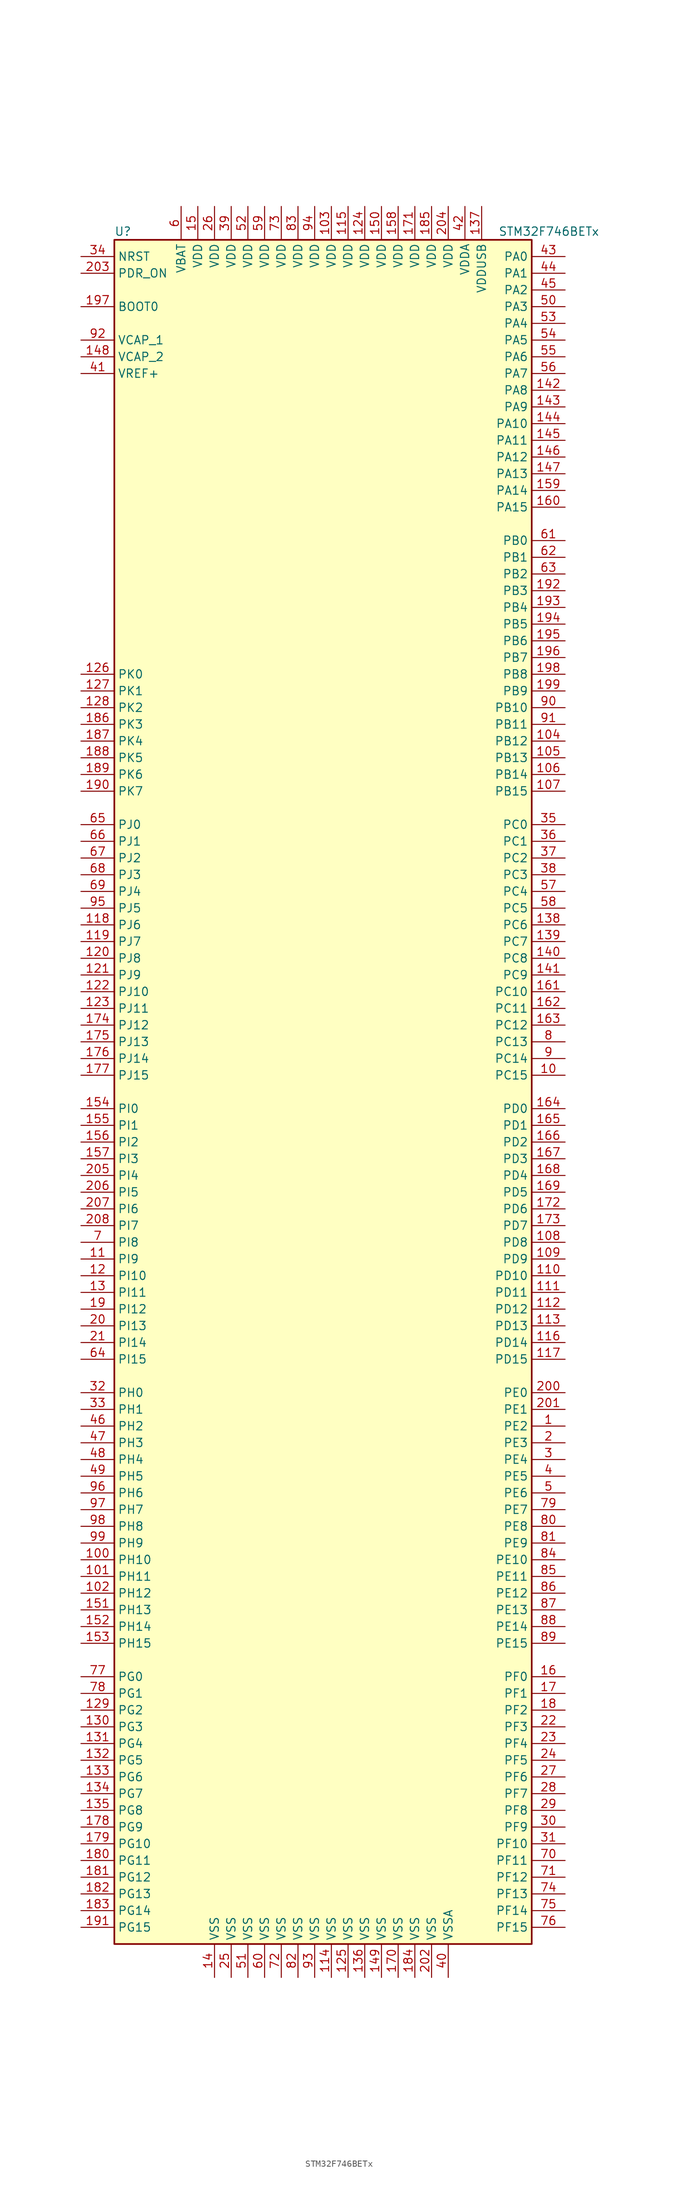
<source format=kicad_sym>
(kicad_symbol_lib
  (version 20211014)
  (generator kicad_symbol_editor)
  (symbol "STM32F746BETx"
    (property "Reference" "U"
      (at -33.02 130.81 0)
      (effects (font (size 1.27 1.27)) (justify left)))
    (property "Value" "STM32F746BETx"
      (at 25.4 130.81 0)
      (effects (font (size 1.27 1.27)) (justify left)))
    (symbol "STM32F746BETx_0_1"
      (rectangle (start -33.02 -129.54) (end 30.48 129.54) (stroke (width 0.254) (type default) (color 0 0 0 0)) (fill (type background))))
    (symbol "STM32F746BETx_1_1"
      (pin bidirectional line (at 35.56 -50.8 180) (length 5.08) (name "PE2" (effects (font (size 1.27 1.27)))) (number "1" (effects (font (size 1.27 1.27)))))
      (pin bidirectional line (at 35.56 2.54 180) (length 5.08) (name "PC15" (effects (font (size 1.27 1.27)))) (number "10" (effects (font (size 1.27 1.27)))))
      (pin bidirectional line (at -38.1 -71.12 0) (length 5.08) (name "PH10" (effects (font (size 1.27 1.27)))) (number "100" (effects (font (size 1.27 1.27)))))
      (pin bidirectional line (at -38.1 -73.66 0) (length 5.08) (name "PH11" (effects (font (size 1.27 1.27)))) (number "101" (effects (font (size 1.27 1.27)))))
      (pin bidirectional line (at -38.1 -76.2 0) (length 5.08) (name "PH12" (effects (font (size 1.27 1.27)))) (number "102" (effects (font (size 1.27 1.27)))))
      (pin power_in line (at 0 134.62 270) (length 5.08) (name "VDD" (effects (font (size 1.27 1.27)))) (number "103" (effects (font (size 1.27 1.27)))))
      (pin bidirectional line (at 35.56 53.34 180) (length 5.08) (name "PB12" (effects (font (size 1.27 1.27)))) (number "104" (effects (font (size 1.27 1.27)))))
      (pin bidirectional line (at 35.56 50.8 180) (length 5.08) (name "PB13" (effects (font (size 1.27 1.27)))) (number "105" (effects (font (size 1.27 1.27)))))
      (pin bidirectional line (at 35.56 48.26 180) (length 5.08) (name "PB14" (effects (font (size 1.27 1.27)))) (number "106" (effects (font (size 1.27 1.27)))))
      (pin bidirectional line (at 35.56 45.72 180) (length 5.08) (name "PB15" (effects (font (size 1.27 1.27)))) (number "107" (effects (font (size 1.27 1.27)))))
      (pin bidirectional line (at 35.56 -22.86 180) (length 5.08) (name "PD8" (effects (font (size 1.27 1.27)))) (number "108" (effects (font (size 1.27 1.27)))))
      (pin bidirectional line (at 35.56 -25.4 180) (length 5.08) (name "PD9" (effects (font (size 1.27 1.27)))) (number "109" (effects (font (size 1.27 1.27)))))
      (pin bidirectional line (at -38.1 -25.4 0) (length 5.08) (name "PI9" (effects (font (size 1.27 1.27)))) (number "11" (effects (font (size 1.27 1.27)))))
      (pin bidirectional line (at 35.56 -27.94 180) (length 5.08) (name "PD10" (effects (font (size 1.27 1.27)))) (number "110" (effects (font (size 1.27 1.27)))))
      (pin bidirectional line (at 35.56 -30.48 180) (length 5.08) (name "PD11" (effects (font (size 1.27 1.27)))) (number "111" (effects (font (size 1.27 1.27)))))
      (pin bidirectional line (at 35.56 -33.02 180) (length 5.08) (name "PD12" (effects (font (size 1.27 1.27)))) (number "112" (effects (font (size 1.27 1.27)))))
      (pin bidirectional line (at 35.56 -35.56 180) (length 5.08) (name "PD13" (effects (font (size 1.27 1.27)))) (number "113" (effects (font (size 1.27 1.27)))))
      (pin power_in line (at 0 -134.62 90) (length 5.08) (name "VSS" (effects (font (size 1.27 1.27)))) (number "114" (effects (font (size 1.27 1.27)))))
      (pin power_in line (at 2.54 134.62 270) (length 5.08) (name "VDD" (effects (font (size 1.27 1.27)))) (number "115" (effects (font (size 1.27 1.27)))))
      (pin bidirectional line (at 35.56 -38.1 180) (length 5.08) (name "PD14" (effects (font (size 1.27 1.27)))) (number "116" (effects (font (size 1.27 1.27)))))
      (pin bidirectional line (at 35.56 -40.64 180) (length 5.08) (name "PD15" (effects (font (size 1.27 1.27)))) (number "117" (effects (font (size 1.27 1.27)))))
      (pin bidirectional line (at -38.1 25.4 0) (length 5.08) (name "PJ6" (effects (font (size 1.27 1.27)))) (number "118" (effects (font (size 1.27 1.27)))))
      (pin bidirectional line (at -38.1 22.86 0) (length 5.08) (name "PJ7" (effects (font (size 1.27 1.27)))) (number "119" (effects (font (size 1.27 1.27)))))
      (pin bidirectional line (at -38.1 -27.94 0) (length 5.08) (name "PI10" (effects (font (size 1.27 1.27)))) (number "12" (effects (font (size 1.27 1.27)))))
      (pin bidirectional line (at -38.1 20.32 0) (length 5.08) (name "PJ8" (effects (font (size 1.27 1.27)))) (number "120" (effects (font (size 1.27 1.27)))))
      (pin bidirectional line (at -38.1 17.78 0) (length 5.08) (name "PJ9" (effects (font (size 1.27 1.27)))) (number "121" (effects (font (size 1.27 1.27)))))
      (pin bidirectional line (at -38.1 15.24 0) (length 5.08) (name "PJ10" (effects (font (size 1.27 1.27)))) (number "122" (effects (font (size 1.27 1.27)))))
      (pin bidirectional line (at -38.1 12.7 0) (length 5.08) (name "PJ11" (effects (font (size 1.27 1.27)))) (number "123" (effects (font (size 1.27 1.27)))))
      (pin power_in line (at 5.08 134.62 270) (length 5.08) (name "VDD" (effects (font (size 1.27 1.27)))) (number "124" (effects (font (size 1.27 1.27)))))
      (pin power_in line (at 2.54 -134.62 90) (length 5.08) (name "VSS" (effects (font (size 1.27 1.27)))) (number "125" (effects (font (size 1.27 1.27)))))
      (pin bidirectional line (at -38.1 63.5 0) (length 5.08) (name "PK0" (effects (font (size 1.27 1.27)))) (number "126" (effects (font (size 1.27 1.27)))))
      (pin bidirectional line (at -38.1 60.96 0) (length 5.08) (name "PK1" (effects (font (size 1.27 1.27)))) (number "127" (effects (font (size 1.27 1.27)))))
      (pin bidirectional line (at -38.1 58.42 0) (length 5.08) (name "PK2" (effects (font (size 1.27 1.27)))) (number "128" (effects (font (size 1.27 1.27)))))
      (pin bidirectional line (at -38.1 -93.98 0) (length 5.08) (name "PG2" (effects (font (size 1.27 1.27)))) (number "129" (effects (font (size 1.27 1.27)))))
      (pin bidirectional line (at -38.1 -30.48 0) (length 5.08) (name "PI11" (effects (font (size 1.27 1.27)))) (number "13" (effects (font (size 1.27 1.27)))))
      (pin bidirectional line (at -38.1 -96.52 0) (length 5.08) (name "PG3" (effects (font (size 1.27 1.27)))) (number "130" (effects (font (size 1.27 1.27)))))
      (pin bidirectional line (at -38.1 -99.06 0) (length 5.08) (name "PG4" (effects (font (size 1.27 1.27)))) (number "131" (effects (font (size 1.27 1.27)))))
      (pin bidirectional line (at -38.1 -101.6 0) (length 5.08) (name "PG5" (effects (font (size 1.27 1.27)))) (number "132" (effects (font (size 1.27 1.27)))))
      (pin bidirectional line (at -38.1 -104.14 0) (length 5.08) (name "PG6" (effects (font (size 1.27 1.27)))) (number "133" (effects (font (size 1.27 1.27)))))
      (pin bidirectional line (at -38.1 -106.68 0) (length 5.08) (name "PG7" (effects (font (size 1.27 1.27)))) (number "134" (effects (font (size 1.27 1.27)))))
      (pin bidirectional line (at -38.1 -109.22 0) (length 5.08) (name "PG8" (effects (font (size 1.27 1.27)))) (number "135" (effects (font (size 1.27 1.27)))))
      (pin power_in line (at 5.08 -134.62 90) (length 5.08) (name "VSS" (effects (font (size 1.27 1.27)))) (number "136" (effects (font (size 1.27 1.27)))))
      (pin power_in line (at 22.86 134.62 270) (length 5.08) (name "VDDUSB" (effects (font (size 1.27 1.27)))) (number "137" (effects (font (size 1.27 1.27)))))
      (pin bidirectional line (at 35.56 25.4 180) (length 5.08) (name "PC6" (effects (font (size 1.27 1.27)))) (number "138" (effects (font (size 1.27 1.27)))))
      (pin bidirectional line (at 35.56 22.86 180) (length 5.08) (name "PC7" (effects (font (size 1.27 1.27)))) (number "139" (effects (font (size 1.27 1.27)))))
      (pin power_in line (at -17.78 -134.62 90) (length 5.08) (name "VSS" (effects (font (size 1.27 1.27)))) (number "14" (effects (font (size 1.27 1.27)))))
      (pin bidirectional line (at 35.56 20.32 180) (length 5.08) (name "PC8" (effects (font (size 1.27 1.27)))) (number "140" (effects (font (size 1.27 1.27)))))
      (pin bidirectional line (at 35.56 17.78 180) (length 5.08) (name "PC9" (effects (font (size 1.27 1.27)))) (number "141" (effects (font (size 1.27 1.27)))))
      (pin bidirectional line (at 35.56 106.68 180) (length 5.08) (name "PA8" (effects (font (size 1.27 1.27)))) (number "142" (effects (font (size 1.27 1.27)))))
      (pin bidirectional line (at 35.56 104.14 180) (length 5.08) (name "PA9" (effects (font (size 1.27 1.27)))) (number "143" (effects (font (size 1.27 1.27)))))
      (pin bidirectional line (at 35.56 101.6 180) (length 5.08) (name "PA10" (effects (font (size 1.27 1.27)))) (number "144" (effects (font (size 1.27 1.27)))))
      (pin bidirectional line (at 35.56 99.06 180) (length 5.08) (name "PA11" (effects (font (size 1.27 1.27)))) (number "145" (effects (font (size 1.27 1.27)))))
      (pin bidirectional line (at 35.56 96.52 180) (length 5.08) (name "PA12" (effects (font (size 1.27 1.27)))) (number "146" (effects (font (size 1.27 1.27)))))
      (pin bidirectional line (at 35.56 93.98 180) (length 5.08) (name "PA13" (effects (font (size 1.27 1.27)))) (number "147" (effects (font (size 1.27 1.27)))))
      (pin power_in line (at -38.1 111.76 0) (length 5.08) (name "VCAP_2" (effects (font (size 1.27 1.27)))) (number "148" (effects (font (size 1.27 1.27)))))
      (pin power_in line (at 7.62 -134.62 90) (length 5.08) (name "VSS" (effects (font (size 1.27 1.27)))) (number "149" (effects (font (size 1.27 1.27)))))
      (pin power_in line (at -20.32 134.62 270) (length 5.08) (name "VDD" (effects (font (size 1.27 1.27)))) (number "15" (effects (font (size 1.27 1.27)))))
      (pin power_in line (at 7.62 134.62 270) (length 5.08) (name "VDD" (effects (font (size 1.27 1.27)))) (number "150" (effects (font (size 1.27 1.27)))))
      (pin bidirectional line (at -38.1 -78.74 0) (length 5.08) (name "PH13" (effects (font (size 1.27 1.27)))) (number "151" (effects (font (size 1.27 1.27)))))
      (pin bidirectional line (at -38.1 -81.28 0) (length 5.08) (name "PH14" (effects (font (size 1.27 1.27)))) (number "152" (effects (font (size 1.27 1.27)))))
      (pin bidirectional line (at -38.1 -83.82 0) (length 5.08) (name "PH15" (effects (font (size 1.27 1.27)))) (number "153" (effects (font (size 1.27 1.27)))))
      (pin bidirectional line (at -38.1 -2.54 0) (length 5.08) (name "PI0" (effects (font (size 1.27 1.27)))) (number "154" (effects (font (size 1.27 1.27)))))
      (pin bidirectional line (at -38.1 -5.08 0) (length 5.08) (name "PI1" (effects (font (size 1.27 1.27)))) (number "155" (effects (font (size 1.27 1.27)))))
      (pin bidirectional line (at -38.1 -7.62 0) (length 5.08) (name "PI2" (effects (font (size 1.27 1.27)))) (number "156" (effects (font (size 1.27 1.27)))))
      (pin bidirectional line (at -38.1 -10.16 0) (length 5.08) (name "PI3" (effects (font (size 1.27 1.27)))) (number "157" (effects (font (size 1.27 1.27)))))
      (pin power_in line (at 10.16 134.62 270) (length 5.08) (name "VDD" (effects (font (size 1.27 1.27)))) (number "158" (effects (font (size 1.27 1.27)))))
      (pin bidirectional line (at 35.56 91.44 180) (length 5.08) (name "PA14" (effects (font (size 1.27 1.27)))) (number "159" (effects (font (size 1.27 1.27)))))
      (pin bidirectional line (at 35.56 -88.9 180) (length 5.08) (name "PF0" (effects (font (size 1.27 1.27)))) (number "16" (effects (font (size 1.27 1.27)))))
      (pin bidirectional line (at 35.56 88.9 180) (length 5.08) (name "PA15" (effects (font (size 1.27 1.27)))) (number "160" (effects (font (size 1.27 1.27)))))
      (pin bidirectional line (at 35.56 15.24 180) (length 5.08) (name "PC10" (effects (font (size 1.27 1.27)))) (number "161" (effects (font (size 1.27 1.27)))))
      (pin bidirectional line (at 35.56 12.7 180) (length 5.08) (name "PC11" (effects (font (size 1.27 1.27)))) (number "162" (effects (font (size 1.27 1.27)))))
      (pin bidirectional line (at 35.56 10.16 180) (length 5.08) (name "PC12" (effects (font (size 1.27 1.27)))) (number "163" (effects (font (size 1.27 1.27)))))
      (pin bidirectional line (at 35.56 -2.54 180) (length 5.08) (name "PD0" (effects (font (size 1.27 1.27)))) (number "164" (effects (font (size 1.27 1.27)))))
      (pin bidirectional line (at 35.56 -5.08 180) (length 5.08) (name "PD1" (effects (font (size 1.27 1.27)))) (number "165" (effects (font (size 1.27 1.27)))))
      (pin bidirectional line (at 35.56 -7.62 180) (length 5.08) (name "PD2" (effects (font (size 1.27 1.27)))) (number "166" (effects (font (size 1.27 1.27)))))
      (pin bidirectional line (at 35.56 -10.16 180) (length 5.08) (name "PD3" (effects (font (size 1.27 1.27)))) (number "167" (effects (font (size 1.27 1.27)))))
      (pin bidirectional line (at 35.56 -12.7 180) (length 5.08) (name "PD4" (effects (font (size 1.27 1.27)))) (number "168" (effects (font (size 1.27 1.27)))))
      (pin bidirectional line (at 35.56 -15.24 180) (length 5.08) (name "PD5" (effects (font (size 1.27 1.27)))) (number "169" (effects (font (size 1.27 1.27)))))
      (pin bidirectional line (at 35.56 -91.44 180) (length 5.08) (name "PF1" (effects (font (size 1.27 1.27)))) (number "17" (effects (font (size 1.27 1.27)))))
      (pin power_in line (at 10.16 -134.62 90) (length 5.08) (name "VSS" (effects (font (size 1.27 1.27)))) (number "170" (effects (font (size 1.27 1.27)))))
      (pin power_in line (at 12.7 134.62 270) (length 5.08) (name "VDD" (effects (font (size 1.27 1.27)))) (number "171" (effects (font (size 1.27 1.27)))))
      (pin bidirectional line (at 35.56 -17.78 180) (length 5.08) (name "PD6" (effects (font (size 1.27 1.27)))) (number "172" (effects (font (size 1.27 1.27)))))
      (pin bidirectional line (at 35.56 -20.32 180) (length 5.08) (name "PD7" (effects (font (size 1.27 1.27)))) (number "173" (effects (font (size 1.27 1.27)))))
      (pin bidirectional line (at -38.1 10.16 0) (length 5.08) (name "PJ12" (effects (font (size 1.27 1.27)))) (number "174" (effects (font (size 1.27 1.27)))))
      (pin bidirectional line (at -38.1 7.62 0) (length 5.08) (name "PJ13" (effects (font (size 1.27 1.27)))) (number "175" (effects (font (size 1.27 1.27)))))
      (pin bidirectional line (at -38.1 5.08 0) (length 5.08) (name "PJ14" (effects (font (size 1.27 1.27)))) (number "176" (effects (font (size 1.27 1.27)))))
      (pin bidirectional line (at -38.1 2.54 0) (length 5.08) (name "PJ15" (effects (font (size 1.27 1.27)))) (number "177" (effects (font (size 1.27 1.27)))))
      (pin bidirectional line (at -38.1 -111.76 0) (length 5.08) (name "PG9" (effects (font (size 1.27 1.27)))) (number "178" (effects (font (size 1.27 1.27)))))
      (pin bidirectional line (at -38.1 -114.3 0) (length 5.08) (name "PG10" (effects (font (size 1.27 1.27)))) (number "179" (effects (font (size 1.27 1.27)))))
      (pin bidirectional line (at 35.56 -93.98 180) (length 5.08) (name "PF2" (effects (font (size 1.27 1.27)))) (number "18" (effects (font (size 1.27 1.27)))))
      (pin bidirectional line (at -38.1 -116.84 0) (length 5.08) (name "PG11" (effects (font (size 1.27 1.27)))) (number "180" (effects (font (size 1.27 1.27)))))
      (pin bidirectional line (at -38.1 -119.38 0) (length 5.08) (name "PG12" (effects (font (size 1.27 1.27)))) (number "181" (effects (font (size 1.27 1.27)))))
      (pin bidirectional line (at -38.1 -121.92 0) (length 5.08) (name "PG13" (effects (font (size 1.27 1.27)))) (number "182" (effects (font (size 1.27 1.27)))))
      (pin bidirectional line (at -38.1 -124.46 0) (length 5.08) (name "PG14" (effects (font (size 1.27 1.27)))) (number "183" (effects (font (size 1.27 1.27)))))
      (pin power_in line (at 12.7 -134.62 90) (length 5.08) (name "VSS" (effects (font (size 1.27 1.27)))) (number "184" (effects (font (size 1.27 1.27)))))
      (pin power_in line (at 15.24 134.62 270) (length 5.08) (name "VDD" (effects (font (size 1.27 1.27)))) (number "185" (effects (font (size 1.27 1.27)))))
      (pin bidirectional line (at -38.1 55.88 0) (length 5.08) (name "PK3" (effects (font (size 1.27 1.27)))) (number "186" (effects (font (size 1.27 1.27)))))
      (pin bidirectional line (at -38.1 53.34 0) (length 5.08) (name "PK4" (effects (font (size 1.27 1.27)))) (number "187" (effects (font (size 1.27 1.27)))))
      (pin bidirectional line (at -38.1 50.8 0) (length 5.08) (name "PK5" (effects (font (size 1.27 1.27)))) (number "188" (effects (font (size 1.27 1.27)))))
      (pin bidirectional line (at -38.1 48.26 0) (length 5.08) (name "PK6" (effects (font (size 1.27 1.27)))) (number "189" (effects (font (size 1.27 1.27)))))
      (pin bidirectional line (at -38.1 -33.02 0) (length 5.08) (name "PI12" (effects (font (size 1.27 1.27)))) (number "19" (effects (font (size 1.27 1.27)))))
      (pin bidirectional line (at -38.1 45.72 0) (length 5.08) (name "PK7" (effects (font (size 1.27 1.27)))) (number "190" (effects (font (size 1.27 1.27)))))
      (pin bidirectional line (at -38.1 -127 0) (length 5.08) (name "PG15" (effects (font (size 1.27 1.27)))) (number "191" (effects (font (size 1.27 1.27)))))
      (pin bidirectional line (at 35.56 76.2 180) (length 5.08) (name "PB3" (effects (font (size 1.27 1.27)))) (number "192" (effects (font (size 1.27 1.27)))))
      (pin bidirectional line (at 35.56 73.66 180) (length 5.08) (name "PB4" (effects (font (size 1.27 1.27)))) (number "193" (effects (font (size 1.27 1.27)))))
      (pin bidirectional line (at 35.56 71.12 180) (length 5.08) (name "PB5" (effects (font (size 1.27 1.27)))) (number "194" (effects (font (size 1.27 1.27)))))
      (pin bidirectional line (at 35.56 68.58 180) (length 5.08) (name "PB6" (effects (font (size 1.27 1.27)))) (number "195" (effects (font (size 1.27 1.27)))))
      (pin bidirectional line (at 35.56 66.04 180) (length 5.08) (name "PB7" (effects (font (size 1.27 1.27)))) (number "196" (effects (font (size 1.27 1.27)))))
      (pin input line (at -38.1 119.38 0) (length 5.08) (name "BOOT0" (effects (font (size 1.27 1.27)))) (number "197" (effects (font (size 1.27 1.27)))))
      (pin bidirectional line (at 35.56 63.5 180) (length 5.08) (name "PB8" (effects (font (size 1.27 1.27)))) (number "198" (effects (font (size 1.27 1.27)))))
      (pin bidirectional line (at 35.56 60.96 180) (length 5.08) (name "PB9" (effects (font (size 1.27 1.27)))) (number "199" (effects (font (size 1.27 1.27)))))
      (pin bidirectional line (at 35.56 -53.34 180) (length 5.08) (name "PE3" (effects (font (size 1.27 1.27)))) (number "2" (effects (font (size 1.27 1.27)))))
      (pin bidirectional line (at -38.1 -35.56 0) (length 5.08) (name "PI13" (effects (font (size 1.27 1.27)))) (number "20" (effects (font (size 1.27 1.27)))))
      (pin bidirectional line (at 35.56 -45.72 180) (length 5.08) (name "PE0" (effects (font (size 1.27 1.27)))) (number "200" (effects (font (size 1.27 1.27)))))
      (pin bidirectional line (at 35.56 -48.26 180) (length 5.08) (name "PE1" (effects (font (size 1.27 1.27)))) (number "201" (effects (font (size 1.27 1.27)))))
      (pin power_in line (at 15.24 -134.62 90) (length 5.08) (name "VSS" (effects (font (size 1.27 1.27)))) (number "202" (effects (font (size 1.27 1.27)))))
      (pin input line (at -38.1 124.46 0) (length 5.08) (name "PDR_ON" (effects (font (size 1.27 1.27)))) (number "203" (effects (font (size 1.27 1.27)))))
      (pin power_in line (at 17.78 134.62 270) (length 5.08) (name "VDD" (effects (font (size 1.27 1.27)))) (number "204" (effects (font (size 1.27 1.27)))))
      (pin bidirectional line (at -38.1 -12.7 0) (length 5.08) (name "PI4" (effects (font (size 1.27 1.27)))) (number "205" (effects (font (size 1.27 1.27)))))
      (pin bidirectional line (at -38.1 -15.24 0) (length 5.08) (name "PI5" (effects (font (size 1.27 1.27)))) (number "206" (effects (font (size 1.27 1.27)))))
      (pin bidirectional line (at -38.1 -17.78 0) (length 5.08) (name "PI6" (effects (font (size 1.27 1.27)))) (number "207" (effects (font (size 1.27 1.27)))))
      (pin bidirectional line (at -38.1 -20.32 0) (length 5.08) (name "PI7" (effects (font (size 1.27 1.27)))) (number "208" (effects (font (size 1.27 1.27)))))
      (pin bidirectional line (at -38.1 -38.1 0) (length 5.08) (name "PI14" (effects (font (size 1.27 1.27)))) (number "21" (effects (font (size 1.27 1.27)))))
      (pin bidirectional line (at 35.56 -96.52 180) (length 5.08) (name "PF3" (effects (font (size 1.27 1.27)))) (number "22" (effects (font (size 1.27 1.27)))))
      (pin bidirectional line (at 35.56 -99.06 180) (length 5.08) (name "PF4" (effects (font (size 1.27 1.27)))) (number "23" (effects (font (size 1.27 1.27)))))
      (pin bidirectional line (at 35.56 -101.6 180) (length 5.08) (name "PF5" (effects (font (size 1.27 1.27)))) (number "24" (effects (font (size 1.27 1.27)))))
      (pin power_in line (at -15.24 -134.62 90) (length 5.08) (name "VSS" (effects (font (size 1.27 1.27)))) (number "25" (effects (font (size 1.27 1.27)))))
      (pin power_in line (at -17.78 134.62 270) (length 5.08) (name "VDD" (effects (font (size 1.27 1.27)))) (number "26" (effects (font (size 1.27 1.27)))))
      (pin bidirectional line (at 35.56 -104.14 180) (length 5.08) (name "PF6" (effects (font (size 1.27 1.27)))) (number "27" (effects (font (size 1.27 1.27)))))
      (pin bidirectional line (at 35.56 -106.68 180) (length 5.08) (name "PF7" (effects (font (size 1.27 1.27)))) (number "28" (effects (font (size 1.27 1.27)))))
      (pin bidirectional line (at 35.56 -109.22 180) (length 5.08) (name "PF8" (effects (font (size 1.27 1.27)))) (number "29" (effects (font (size 1.27 1.27)))))
      (pin bidirectional line (at 35.56 -55.88 180) (length 5.08) (name "PE4" (effects (font (size 1.27 1.27)))) (number "3" (effects (font (size 1.27 1.27)))))
      (pin bidirectional line (at 35.56 -111.76 180) (length 5.08) (name "PF9" (effects (font (size 1.27 1.27)))) (number "30" (effects (font (size 1.27 1.27)))))
      (pin bidirectional line (at 35.56 -114.3 180) (length 5.08) (name "PF10" (effects (font (size 1.27 1.27)))) (number "31" (effects (font (size 1.27 1.27)))))
      (pin input line (at -38.1 -45.72 0) (length 5.08) (name "PH0" (effects (font (size 1.27 1.27)))) (number "32" (effects (font (size 1.27 1.27)))))
      (pin input line (at -38.1 -48.26 0) (length 5.08) (name "PH1" (effects (font (size 1.27 1.27)))) (number "33" (effects (font (size 1.27 1.27)))))
      (pin input line (at -38.1 127 0) (length 5.08) (name "NRST" (effects (font (size 1.27 1.27)))) (number "34" (effects (font (size 1.27 1.27)))))
      (pin bidirectional line (at 35.56 40.64 180) (length 5.08) (name "PC0" (effects (font (size 1.27 1.27)))) (number "35" (effects (font (size 1.27 1.27)))))
      (pin bidirectional line (at 35.56 38.1 180) (length 5.08) (name "PC1" (effects (font (size 1.27 1.27)))) (number "36" (effects (font (size 1.27 1.27)))))
      (pin bidirectional line (at 35.56 35.56 180) (length 5.08) (name "PC2" (effects (font (size 1.27 1.27)))) (number "37" (effects (font (size 1.27 1.27)))))
      (pin bidirectional line (at 35.56 33.02 180) (length 5.08) (name "PC3" (effects (font (size 1.27 1.27)))) (number "38" (effects (font (size 1.27 1.27)))))
      (pin power_in line (at -15.24 134.62 270) (length 5.08) (name "VDD" (effects (font (size 1.27 1.27)))) (number "39" (effects (font (size 1.27 1.27)))))
      (pin bidirectional line (at 35.56 -58.42 180) (length 5.08) (name "PE5" (effects (font (size 1.27 1.27)))) (number "4" (effects (font (size 1.27 1.27)))))
      (pin power_in line (at 17.78 -134.62 90) (length 5.08) (name "VSSA" (effects (font (size 1.27 1.27)))) (number "40" (effects (font (size 1.27 1.27)))))
      (pin power_in line (at -38.1 109.22 0) (length 5.08) (name "VREF+" (effects (font (size 1.27 1.27)))) (number "41" (effects (font (size 1.27 1.27)))))
      (pin power_in line (at 20.32 134.62 270) (length 5.08) (name "VDDA" (effects (font (size 1.27 1.27)))) (number "42" (effects (font (size 1.27 1.27)))))
      (pin bidirectional line (at 35.56 127 180) (length 5.08) (name "PA0" (effects (font (size 1.27 1.27)))) (number "43" (effects (font (size 1.27 1.27)))))
      (pin bidirectional line (at 35.56 124.46 180) (length 5.08) (name "PA1" (effects (font (size 1.27 1.27)))) (number "44" (effects (font (size 1.27 1.27)))))
      (pin bidirectional line (at 35.56 121.92 180) (length 5.08) (name "PA2" (effects (font (size 1.27 1.27)))) (number "45" (effects (font (size 1.27 1.27)))))
      (pin bidirectional line (at -38.1 -50.8 0) (length 5.08) (name "PH2" (effects (font (size 1.27 1.27)))) (number "46" (effects (font (size 1.27 1.27)))))
      (pin bidirectional line (at -38.1 -53.34 0) (length 5.08) (name "PH3" (effects (font (size 1.27 1.27)))) (number "47" (effects (font (size 1.27 1.27)))))
      (pin bidirectional line (at -38.1 -55.88 0) (length 5.08) (name "PH4" (effects (font (size 1.27 1.27)))) (number "48" (effects (font (size 1.27 1.27)))))
      (pin bidirectional line (at -38.1 -58.42 0) (length 5.08) (name "PH5" (effects (font (size 1.27 1.27)))) (number "49" (effects (font (size 1.27 1.27)))))
      (pin bidirectional line (at 35.56 -60.96 180) (length 5.08) (name "PE6" (effects (font (size 1.27 1.27)))) (number "5" (effects (font (size 1.27 1.27)))))
      (pin bidirectional line (at 35.56 119.38 180) (length 5.08) (name "PA3" (effects (font (size 1.27 1.27)))) (number "50" (effects (font (size 1.27 1.27)))))
      (pin power_in line (at -12.7 -134.62 90) (length 5.08) (name "VSS" (effects (font (size 1.27 1.27)))) (number "51" (effects (font (size 1.27 1.27)))))
      (pin power_in line (at -12.7 134.62 270) (length 5.08) (name "VDD" (effects (font (size 1.27 1.27)))) (number "52" (effects (font (size 1.27 1.27)))))
      (pin bidirectional line (at 35.56 116.84 180) (length 5.08) (name "PA4" (effects (font (size 1.27 1.27)))) (number "53" (effects (font (size 1.27 1.27)))))
      (pin bidirectional line (at 35.56 114.3 180) (length 5.08) (name "PA5" (effects (font (size 1.27 1.27)))) (number "54" (effects (font (size 1.27 1.27)))))
      (pin bidirectional line (at 35.56 111.76 180) (length 5.08) (name "PA6" (effects (font (size 1.27 1.27)))) (number "55" (effects (font (size 1.27 1.27)))))
      (pin bidirectional line (at 35.56 109.22 180) (length 5.08) (name "PA7" (effects (font (size 1.27 1.27)))) (number "56" (effects (font (size 1.27 1.27)))))
      (pin bidirectional line (at 35.56 30.48 180) (length 5.08) (name "PC4" (effects (font (size 1.27 1.27)))) (number "57" (effects (font (size 1.27 1.27)))))
      (pin bidirectional line (at 35.56 27.94 180) (length 5.08) (name "PC5" (effects (font (size 1.27 1.27)))) (number "58" (effects (font (size 1.27 1.27)))))
      (pin power_in line (at -10.16 134.62 270) (length 5.08) (name "VDD" (effects (font (size 1.27 1.27)))) (number "59" (effects (font (size 1.27 1.27)))))
      (pin power_in line (at -22.86 134.62 270) (length 5.08) (name "VBAT" (effects (font (size 1.27 1.27)))) (number "6" (effects (font (size 1.27 1.27)))))
      (pin power_in line (at -10.16 -134.62 90) (length 5.08) (name "VSS" (effects (font (size 1.27 1.27)))) (number "60" (effects (font (size 1.27 1.27)))))
      (pin bidirectional line (at 35.56 83.82 180) (length 5.08) (name "PB0" (effects (font (size 1.27 1.27)))) (number "61" (effects (font (size 1.27 1.27)))))
      (pin bidirectional line (at 35.56 81.28 180) (length 5.08) (name "PB1" (effects (font (size 1.27 1.27)))) (number "62" (effects (font (size 1.27 1.27)))))
      (pin bidirectional line (at 35.56 78.74 180) (length 5.08) (name "PB2" (effects (font (size 1.27 1.27)))) (number "63" (effects (font (size 1.27 1.27)))))
      (pin bidirectional line (at -38.1 -40.64 0) (length 5.08) (name "PI15" (effects (font (size 1.27 1.27)))) (number "64" (effects (font (size 1.27 1.27)))))
      (pin bidirectional line (at -38.1 40.64 0) (length 5.08) (name "PJ0" (effects (font (size 1.27 1.27)))) (number "65" (effects (font (size 1.27 1.27)))))
      (pin bidirectional line (at -38.1 38.1 0) (length 5.08) (name "PJ1" (effects (font (size 1.27 1.27)))) (number "66" (effects (font (size 1.27 1.27)))))
      (pin bidirectional line (at -38.1 35.56 0) (length 5.08) (name "PJ2" (effects (font (size 1.27 1.27)))) (number "67" (effects (font (size 1.27 1.27)))))
      (pin bidirectional line (at -38.1 33.02 0) (length 5.08) (name "PJ3" (effects (font (size 1.27 1.27)))) (number "68" (effects (font (size 1.27 1.27)))))
      (pin bidirectional line (at -38.1 30.48 0) (length 5.08) (name "PJ4" (effects (font (size 1.27 1.27)))) (number "69" (effects (font (size 1.27 1.27)))))
      (pin bidirectional line (at -38.1 -22.86 0) (length 5.08) (name "PI8" (effects (font (size 1.27 1.27)))) (number "7" (effects (font (size 1.27 1.27)))))
      (pin bidirectional line (at 35.56 -116.84 180) (length 5.08) (name "PF11" (effects (font (size 1.27 1.27)))) (number "70" (effects (font (size 1.27 1.27)))))
      (pin bidirectional line (at 35.56 -119.38 180) (length 5.08) (name "PF12" (effects (font (size 1.27 1.27)))) (number "71" (effects (font (size 1.27 1.27)))))
      (pin power_in line (at -7.62 -134.62 90) (length 5.08) (name "VSS" (effects (font (size 1.27 1.27)))) (number "72" (effects (font (size 1.27 1.27)))))
      (pin power_in line (at -7.62 134.62 270) (length 5.08) (name "VDD" (effects (font (size 1.27 1.27)))) (number "73" (effects (font (size 1.27 1.27)))))
      (pin bidirectional line (at 35.56 -121.92 180) (length 5.08) (name "PF13" (effects (font (size 1.27 1.27)))) (number "74" (effects (font (size 1.27 1.27)))))
      (pin bidirectional line (at 35.56 -124.46 180) (length 5.08) (name "PF14" (effects (font (size 1.27 1.27)))) (number "75" (effects (font (size 1.27 1.27)))))
      (pin bidirectional line (at 35.56 -127 180) (length 5.08) (name "PF15" (effects (font (size 1.27 1.27)))) (number "76" (effects (font (size 1.27 1.27)))))
      (pin bidirectional line (at -38.1 -88.9 0) (length 5.08) (name "PG0" (effects (font (size 1.27 1.27)))) (number "77" (effects (font (size 1.27 1.27)))))
      (pin bidirectional line (at -38.1 -91.44 0) (length 5.08) (name "PG1" (effects (font (size 1.27 1.27)))) (number "78" (effects (font (size 1.27 1.27)))))
      (pin bidirectional line (at 35.56 -63.5 180) (length 5.08) (name "PE7" (effects (font (size 1.27 1.27)))) (number "79" (effects (font (size 1.27 1.27)))))
      (pin bidirectional line (at 35.56 7.62 180) (length 5.08) (name "PC13" (effects (font (size 1.27 1.27)))) (number "8" (effects (font (size 1.27 1.27)))))
      (pin bidirectional line (at 35.56 -66.04 180) (length 5.08) (name "PE8" (effects (font (size 1.27 1.27)))) (number "80" (effects (font (size 1.27 1.27)))))
      (pin bidirectional line (at 35.56 -68.58 180) (length 5.08) (name "PE9" (effects (font (size 1.27 1.27)))) (number "81" (effects (font (size 1.27 1.27)))))
      (pin power_in line (at -5.08 -134.62 90) (length 5.08) (name "VSS" (effects (font (size 1.27 1.27)))) (number "82" (effects (font (size 1.27 1.27)))))
      (pin power_in line (at -5.08 134.62 270) (length 5.08) (name "VDD" (effects (font (size 1.27 1.27)))) (number "83" (effects (font (size 1.27 1.27)))))
      (pin bidirectional line (at 35.56 -71.12 180) (length 5.08) (name "PE10" (effects (font (size 1.27 1.27)))) (number "84" (effects (font (size 1.27 1.27)))))
      (pin bidirectional line (at 35.56 -73.66 180) (length 5.08) (name "PE11" (effects (font (size 1.27 1.27)))) (number "85" (effects (font (size 1.27 1.27)))))
      (pin bidirectional line (at 35.56 -76.2 180) (length 5.08) (name "PE12" (effects (font (size 1.27 1.27)))) (number "86" (effects (font (size 1.27 1.27)))))
      (pin bidirectional line (at 35.56 -78.74 180) (length 5.08) (name "PE13" (effects (font (size 1.27 1.27)))) (number "87" (effects (font (size 1.27 1.27)))))
      (pin bidirectional line (at 35.56 -81.28 180) (length 5.08) (name "PE14" (effects (font (size 1.27 1.27)))) (number "88" (effects (font (size 1.27 1.27)))))
      (pin bidirectional line (at 35.56 -83.82 180) (length 5.08) (name "PE15" (effects (font (size 1.27 1.27)))) (number "89" (effects (font (size 1.27 1.27)))))
      (pin bidirectional line (at 35.56 5.08 180) (length 5.08) (name "PC14" (effects (font (size 1.27 1.27)))) (number "9" (effects (font (size 1.27 1.27)))))
      (pin bidirectional line (at 35.56 58.42 180) (length 5.08) (name "PB10" (effects (font (size 1.27 1.27)))) (number "90" (effects (font (size 1.27 1.27)))))
      (pin bidirectional line (at 35.56 55.88 180) (length 5.08) (name "PB11" (effects (font (size 1.27 1.27)))) (number "91" (effects (font (size 1.27 1.27)))))
      (pin power_in line (at -38.1 114.3 0) (length 5.08) (name "VCAP_1" (effects (font (size 1.27 1.27)))) (number "92" (effects (font (size 1.27 1.27)))))
      (pin power_in line (at -2.54 -134.62 90) (length 5.08) (name "VSS" (effects (font (size 1.27 1.27)))) (number "93" (effects (font (size 1.27 1.27)))))
      (pin power_in line (at -2.54 134.62 270) (length 5.08) (name "VDD" (effects (font (size 1.27 1.27)))) (number "94" (effects (font (size 1.27 1.27)))))
      (pin bidirectional line (at -38.1 27.94 0) (length 5.08) (name "PJ5" (effects (font (size 1.27 1.27)))) (number "95" (effects (font (size 1.27 1.27)))))
      (pin bidirectional line (at -38.1 -60.96 0) (length 5.08) (name "PH6" (effects (font (size 1.27 1.27)))) (number "96" (effects (font (size 1.27 1.27)))))
      (pin bidirectional line (at -38.1 -63.5 0) (length 5.08) (name "PH7" (effects (font (size 1.27 1.27)))) (number "97" (effects (font (size 1.27 1.27)))))
      (pin bidirectional line (at -38.1 -66.04 0) (length 5.08) (name "PH8" (effects (font (size 1.27 1.27)))) (number "98" (effects (font (size 1.27 1.27)))))
      (pin bidirectional line (at -38.1 -68.58 0) (length 5.08) (name "PH9" (effects (font (size 1.27 1.27)))) (number "99" (effects (font (size 1.27 1.27))))))))
</source>
